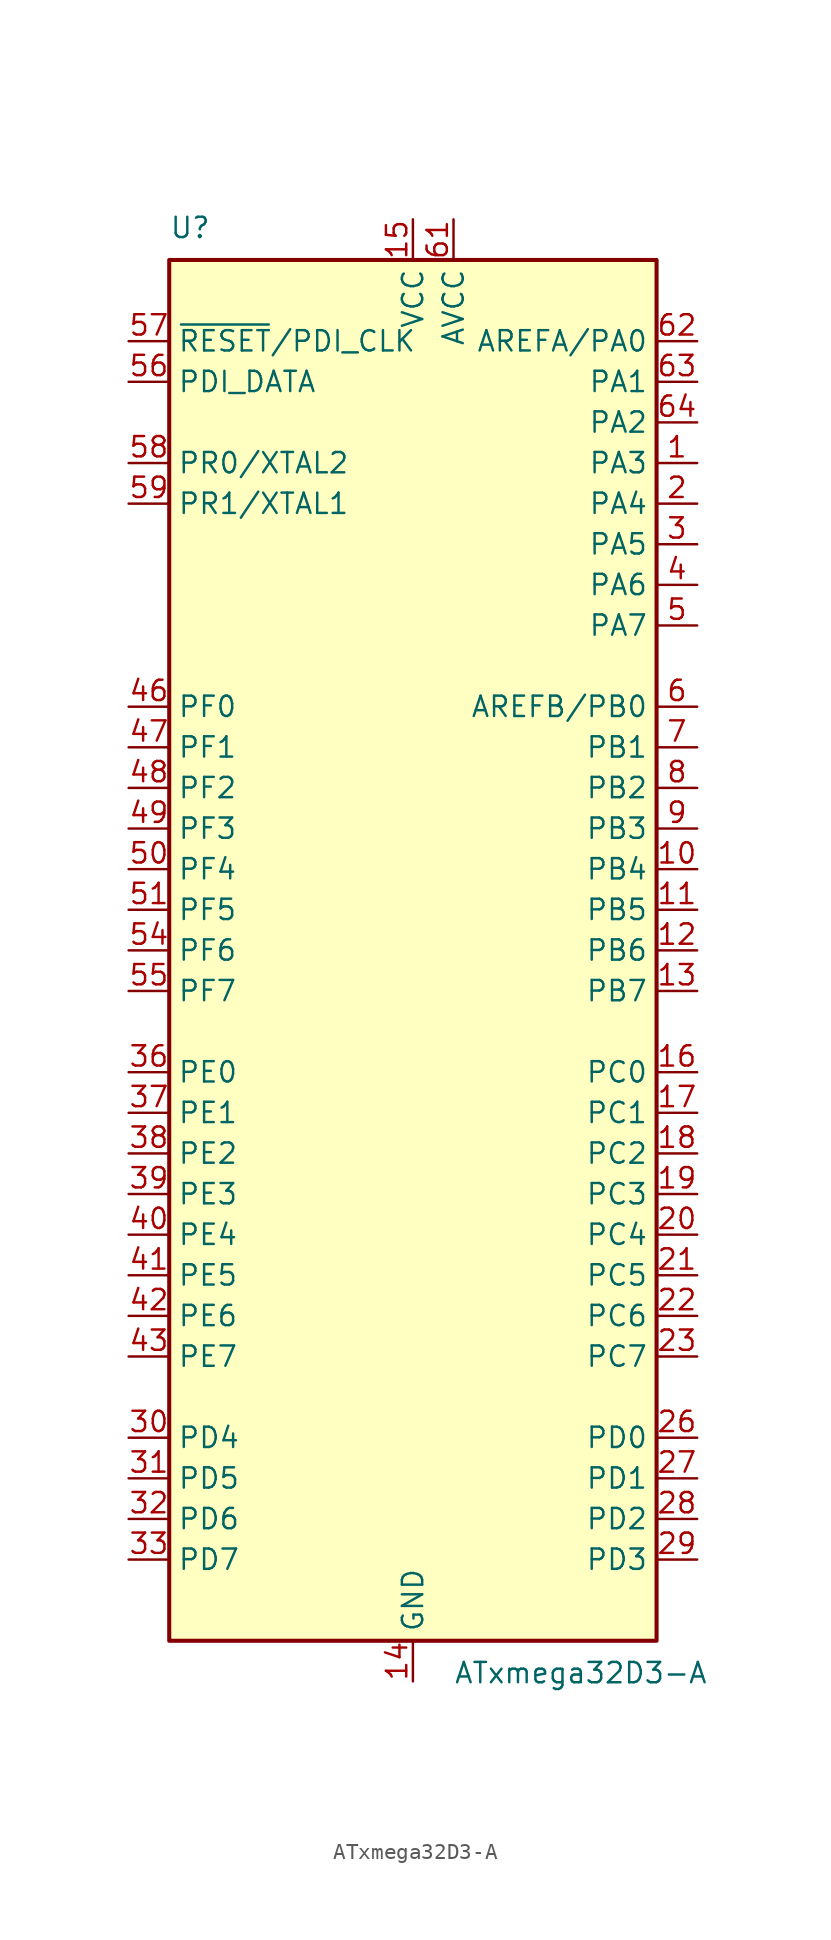
<source format=kicad_sym>
(kicad_symbol_lib
  (version 20220914)
  (generator kicad_symbol_editor)
  (symbol "ATxmega32D3-A"
    (property "Reference" "U"
      (at -15.24 44.45 0)
      (effects (font (size 1.27 1.27)) (justify left bottom)))
    (property "Value" "ATxmega32D3-A"
      (at 2.54 -44.45 0)
      (effects (font (size 1.27 1.27)) (justify left top)))
    (symbol "ATxmega32D3-A_0_1"
      (rectangle (start -15.24 -43.18) (end 15.24 43.18) (stroke (width 0.254) (type default)) (fill (type background))))
    (symbol "ATxmega32D3-A_1_1"
      (pin bidirectional line (at 17.78 30.48 180) (length 2.54) (name "PA3" (effects (font (size 1.27 1.27)))) (number "1" (effects (font (size 1.27 1.27)))))
      (pin bidirectional line (at 17.78 5.08 180) (length 2.54) (name "PB4" (effects (font (size 1.27 1.27)))) (number "10" (effects (font (size 1.27 1.27)))))
      (pin bidirectional line (at 17.78 2.54 180) (length 2.54) (name "PB5" (effects (font (size 1.27 1.27)))) (number "11" (effects (font (size 1.27 1.27)))))
      (pin bidirectional line (at 17.78 0 180) (length 2.54) (name "PB6" (effects (font (size 1.27 1.27)))) (number "12" (effects (font (size 1.27 1.27)))))
      (pin bidirectional line (at 17.78 -2.54 180) (length 2.54) (name "PB7" (effects (font (size 1.27 1.27)))) (number "13" (effects (font (size 1.27 1.27)))))
      (pin power_in line (at 0 -45.72 90) (length 2.54) (name "GND" (effects (font (size 1.27 1.27)))) (number "14" (effects (font (size 1.27 1.27)))))
      (pin power_in line (at 0 45.72 270) (length 2.54) (name "VCC" (effects (font (size 1.27 1.27)))) (number "15" (effects (font (size 1.27 1.27)))))
      (pin bidirectional line (at 17.78 -7.62 180) (length 2.54) (name "PC0" (effects (font (size 1.27 1.27)))) (number "16" (effects (font (size 1.27 1.27)))))
      (pin bidirectional line (at 17.78 -10.16 180) (length 2.54) (name "PC1" (effects (font (size 1.27 1.27)))) (number "17" (effects (font (size 1.27 1.27)))))
      (pin bidirectional line (at 17.78 -12.7 180) (length 2.54) (name "PC2" (effects (font (size 1.27 1.27)))) (number "18" (effects (font (size 1.27 1.27)))))
      (pin bidirectional line (at 17.78 -15.24 180) (length 2.54) (name "PC3" (effects (font (size 1.27 1.27)))) (number "19" (effects (font (size 1.27 1.27)))))
      (pin bidirectional line (at 17.78 27.94 180) (length 2.54) (name "PA4" (effects (font (size 1.27 1.27)))) (number "2" (effects (font (size 1.27 1.27)))))
      (pin bidirectional line (at 17.78 -17.78 180) (length 2.54) (name "PC4" (effects (font (size 1.27 1.27)))) (number "20" (effects (font (size 1.27 1.27)))))
      (pin bidirectional line (at 17.78 -20.32 180) (length 2.54) (name "PC5" (effects (font (size 1.27 1.27)))) (number "21" (effects (font (size 1.27 1.27)))))
      (pin bidirectional line (at 17.78 -22.86 180) (length 2.54) (name "PC6" (effects (font (size 1.27 1.27)))) (number "22" (effects (font (size 1.27 1.27)))))
      (pin bidirectional line (at 17.78 -25.4 180) (length 2.54) (name "PC7" (effects (font (size 1.27 1.27)))) (number "23" (effects (font (size 1.27 1.27)))))
      (pin passive line (at 0 -45.72 90) (length 2.54) hide (name "GND" (effects (font (size 1.27 1.27)))) (number "24" (effects (font (size 1.27 1.27)))))
      (pin passive line (at 0 45.72 270) (length 2.54) hide (name "VCC" (effects (font (size 1.27 1.27)))) (number "25" (effects (font (size 1.27 1.27)))))
      (pin bidirectional line (at 17.78 -30.48 180) (length 2.54) (name "PD0" (effects (font (size 1.27 1.27)))) (number "26" (effects (font (size 1.27 1.27)))))
      (pin bidirectional line (at 17.78 -33.02 180) (length 2.54) (name "PD1" (effects (font (size 1.27 1.27)))) (number "27" (effects (font (size 1.27 1.27)))))
      (pin bidirectional line (at 17.78 -35.56 180) (length 2.54) (name "PD2" (effects (font (size 1.27 1.27)))) (number "28" (effects (font (size 1.27 1.27)))))
      (pin bidirectional line (at 17.78 -38.1 180) (length 2.54) (name "PD3" (effects (font (size 1.27 1.27)))) (number "29" (effects (font (size 1.27 1.27)))))
      (pin bidirectional line (at 17.78 25.4 180) (length 2.54) (name "PA5" (effects (font (size 1.27 1.27)))) (number "3" (effects (font (size 1.27 1.27)))))
      (pin bidirectional line (at -17.78 -30.48 0) (length 2.54) (name "PD4" (effects (font (size 1.27 1.27)))) (number "30" (effects (font (size 1.27 1.27)))))
      (pin bidirectional line (at -17.78 -33.02 0) (length 2.54) (name "PD5" (effects (font (size 1.27 1.27)))) (number "31" (effects (font (size 1.27 1.27)))))
      (pin bidirectional line (at -17.78 -35.56 0) (length 2.54) (name "PD6" (effects (font (size 1.27 1.27)))) (number "32" (effects (font (size 1.27 1.27)))))
      (pin bidirectional line (at -17.78 -38.1 0) (length 2.54) (name "PD7" (effects (font (size 1.27 1.27)))) (number "33" (effects (font (size 1.27 1.27)))))
      (pin passive line (at 0 -45.72 90) (length 2.54) hide (name "GND" (effects (font (size 1.27 1.27)))) (number "34" (effects (font (size 1.27 1.27)))))
      (pin passive line (at 0 45.72 270) (length 2.54) hide (name "VCC" (effects (font (size 1.27 1.27)))) (number "35" (effects (font (size 1.27 1.27)))))
      (pin bidirectional line (at -17.78 -7.62 0) (length 2.54) (name "PE0" (effects (font (size 1.27 1.27)))) (number "36" (effects (font (size 1.27 1.27)))))
      (pin bidirectional line (at -17.78 -10.16 0) (length 2.54) (name "PE1" (effects (font (size 1.27 1.27)))) (number "37" (effects (font (size 1.27 1.27)))))
      (pin bidirectional line (at -17.78 -12.7 0) (length 2.54) (name "PE2" (effects (font (size 1.27 1.27)))) (number "38" (effects (font (size 1.27 1.27)))))
      (pin bidirectional line (at -17.78 -15.24 0) (length 2.54) (name "PE3" (effects (font (size 1.27 1.27)))) (number "39" (effects (font (size 1.27 1.27)))))
      (pin bidirectional line (at 17.78 22.86 180) (length 2.54) (name "PA6" (effects (font (size 1.27 1.27)))) (number "4" (effects (font (size 1.27 1.27)))))
      (pin bidirectional line (at -17.78 -17.78 0) (length 2.54) (name "PE4" (effects (font (size 1.27 1.27)))) (number "40" (effects (font (size 1.27 1.27)))))
      (pin bidirectional line (at -17.78 -20.32 0) (length 2.54) (name "PE5" (effects (font (size 1.27 1.27)))) (number "41" (effects (font (size 1.27 1.27)))))
      (pin bidirectional line (at -17.78 -22.86 0) (length 2.54) (name "PE6" (effects (font (size 1.27 1.27)))) (number "42" (effects (font (size 1.27 1.27)))))
      (pin bidirectional line (at -17.78 -25.4 0) (length 2.54) (name "PE7" (effects (font (size 1.27 1.27)))) (number "43" (effects (font (size 1.27 1.27)))))
      (pin passive line (at 0 -45.72 90) (length 2.54) hide (name "GND" (effects (font (size 1.27 1.27)))) (number "44" (effects (font (size 1.27 1.27)))))
      (pin passive line (at 0 45.72 270) (length 2.54) hide (name "VCC" (effects (font (size 1.27 1.27)))) (number "45" (effects (font (size 1.27 1.27)))))
      (pin bidirectional line (at -17.78 15.24 0) (length 2.54) (name "PF0" (effects (font (size 1.27 1.27)))) (number "46" (effects (font (size 1.27 1.27)))))
      (pin bidirectional line (at -17.78 12.7 0) (length 2.54) (name "PF1" (effects (font (size 1.27 1.27)))) (number "47" (effects (font (size 1.27 1.27)))))
      (pin bidirectional line (at -17.78 10.16 0) (length 2.54) (name "PF2" (effects (font (size 1.27 1.27)))) (number "48" (effects (font (size 1.27 1.27)))))
      (pin bidirectional line (at -17.78 7.62 0) (length 2.54) (name "PF3" (effects (font (size 1.27 1.27)))) (number "49" (effects (font (size 1.27 1.27)))))
      (pin bidirectional line (at 17.78 20.32 180) (length 2.54) (name "PA7" (effects (font (size 1.27 1.27)))) (number "5" (effects (font (size 1.27 1.27)))))
      (pin bidirectional line (at -17.78 5.08 0) (length 2.54) (name "PF4" (effects (font (size 1.27 1.27)))) (number "50" (effects (font (size 1.27 1.27)))))
      (pin bidirectional line (at -17.78 2.54 0) (length 2.54) (name "PF5" (effects (font (size 1.27 1.27)))) (number "51" (effects (font (size 1.27 1.27)))))
      (pin passive line (at 0 -45.72 90) (length 2.54) hide (name "GND" (effects (font (size 1.27 1.27)))) (number "52" (effects (font (size 1.27 1.27)))))
      (pin passive line (at 0 45.72 270) (length 2.54) hide (name "VCC" (effects (font (size 1.27 1.27)))) (number "53" (effects (font (size 1.27 1.27)))))
      (pin bidirectional line (at -17.78 0 0) (length 2.54) (name "PF6" (effects (font (size 1.27 1.27)))) (number "54" (effects (font (size 1.27 1.27)))))
      (pin bidirectional line (at -17.78 -2.54 0) (length 2.54) (name "PF7" (effects (font (size 1.27 1.27)))) (number "55" (effects (font (size 1.27 1.27)))))
      (pin bidirectional line (at -17.78 35.56 0) (length 2.54) (name "PDI_DATA" (effects (font (size 1.27 1.27)))) (number "56" (effects (font (size 1.27 1.27)))))
      (pin input line (at -17.78 38.1 0) (length 2.54) (name "~{RESET}/PDI_CLK" (effects (font (size 1.27 1.27)))) (number "57" (effects (font (size 1.27 1.27)))))
      (pin bidirectional line (at -17.78 30.48 0) (length 2.54) (name "PR0/XTAL2" (effects (font (size 1.27 1.27)))) (number "58" (effects (font (size 1.27 1.27)))))
      (pin bidirectional line (at -17.78 27.94 0) (length 2.54) (name "PR1/XTAL1" (effects (font (size 1.27 1.27)))) (number "59" (effects (font (size 1.27 1.27)))))
      (pin bidirectional line (at 17.78 15.24 180) (length 2.54) (name "AREFB/PB0" (effects (font (size 1.27 1.27)))) (number "6" (effects (font (size 1.27 1.27)))))
      (pin passive line (at 0 -45.72 90) (length 2.54) hide (name "GND" (effects (font (size 1.27 1.27)))) (number "60" (effects (font (size 1.27 1.27)))))
      (pin power_in line (at 2.54 45.72 270) (length 2.54) (name "AVCC" (effects (font (size 1.27 1.27)))) (number "61" (effects (font (size 1.27 1.27)))))
      (pin bidirectional line (at 17.78 38.1 180) (length 2.54) (name "AREFA/PA0" (effects (font (size 1.27 1.27)))) (number "62" (effects (font (size 1.27 1.27)))))
      (pin bidirectional line (at 17.78 35.56 180) (length 2.54) (name "PA1" (effects (font (size 1.27 1.27)))) (number "63" (effects (font (size 1.27 1.27)))))
      (pin bidirectional line (at 17.78 33.02 180) (length 2.54) (name "PA2" (effects (font (size 1.27 1.27)))) (number "64" (effects (font (size 1.27 1.27)))))
      (pin bidirectional line (at 17.78 12.7 180) (length 2.54) (name "PB1" (effects (font (size 1.27 1.27)))) (number "7" (effects (font (size 1.27 1.27)))))
      (pin bidirectional line (at 17.78 10.16 180) (length 2.54) (name "PB2" (effects (font (size 1.27 1.27)))) (number "8" (effects (font (size 1.27 1.27)))))
      (pin bidirectional line (at 17.78 7.62 180) (length 2.54) (name "PB3" (effects (font (size 1.27 1.27)))) (number "9" (effects (font (size 1.27 1.27))))))))
</source>
